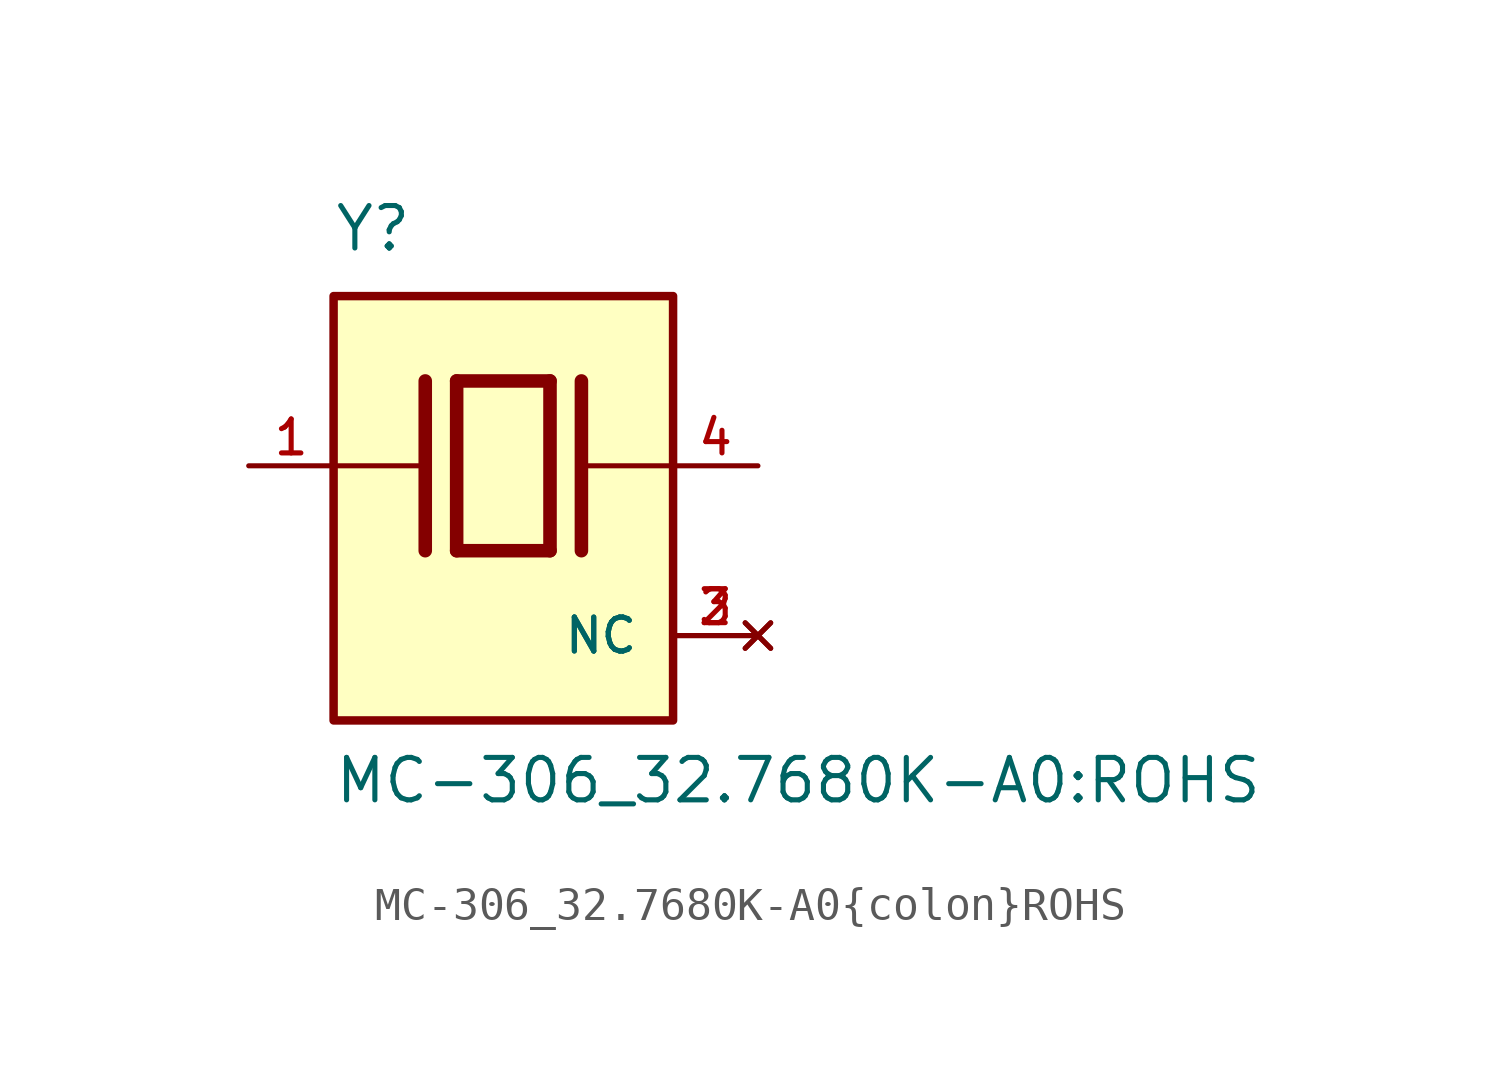
<source format=kicad_sym>
(kicad_symbol_lib
  (version 20211014)
  (generator kicad_symbol_editor)
  (symbol "MC-306_32.7680K-A0{colon}ROHS"
    (pin_names
      (offset 1.016))
    (property "Reference" "Y"
      (at -5.088 6.356 0)
      (effects (font (size 1.27 1.27)) (justify bottom left)))
    (property "Value" "MC-306_32.7680K-A0{colon}ROHS"
      (at -5.094 -10.16 0)
      (effects (font (size 1.27 1.27)) (justify bottom left)))
    (symbol "MC-306_32.7680K-A0{colon}ROHS_0_0"
      (polyline (pts (xy -1.397 2.54) (xy 1.397 2.54)) (stroke (width 0.406)))
      (polyline (pts (xy 1.397 2.54) (xy 1.397 -2.54)) (stroke (width 0.406)))
      (polyline (pts (xy 1.397 -2.54) (xy -1.397 -2.54)) (stroke (width 0.406)))
      (polyline (pts (xy -1.397 2.54) (xy -1.397 -2.54)) (stroke (width 0.406)))
      (polyline (pts (xy 2.337 2.54) (xy 2.337 -2.54)) (stroke (width 0.406)))
      (polyline (pts (xy -2.337 2.54) (xy -2.337 -2.54)) (stroke (width 0.406)))
      (polyline (pts (xy -5.08 0.0) (xy -2.54 0.0)) (stroke (width 0.152)))
      (polyline (pts (xy 2.54 0.0) (xy 5.08 0.0)) (stroke (width 0.152)))
      (rectangle (start -5.08 -7.62) (end 5.08 5.08) (stroke (width 0.254)) (fill (type background)))
      (pin passive line (at 7.62 0.0 180.0) (length 2.54) (name "~" (effects (font (size 1.016 1.016)))) (number "4" (effects (font (size 1.016 1.016)))))
      (pin passive line (at -7.62 0.0 0) (length 2.54) (name "~" (effects (font (size 1.016 1.016)))) (number "1" (effects (font (size 1.016 1.016)))))
      (pin no_connect line (at 7.62 -5.08 180.0) (length 2.54) (name "NC" (effects (font (size 1.016 1.016)))) (number "2" (effects (font (size 1.016 1.016)))))
      (pin no_connect line (at 7.62 -5.08 180.0) (length 2.54) (name "NC" (effects (font (size 1.016 1.016)))) (number "3" (effects (font (size 1.016 1.016))))))))
</source>
